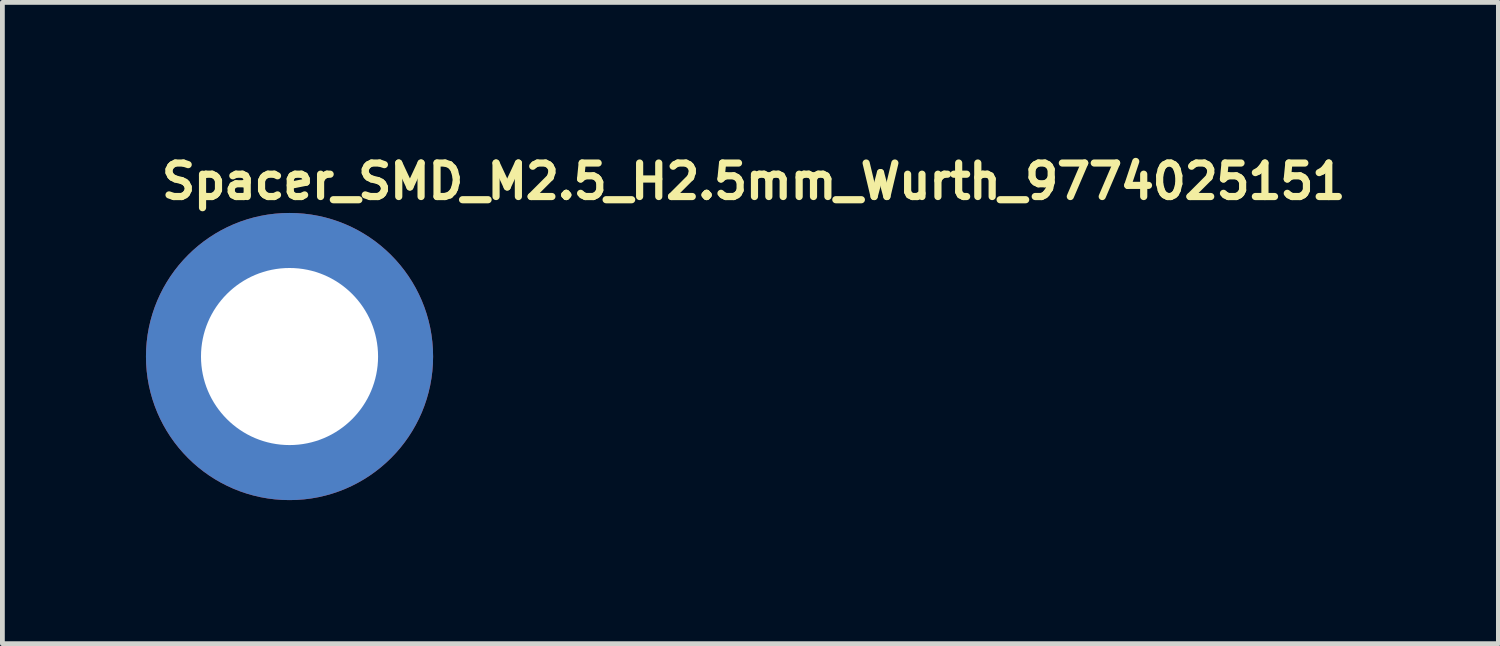
<source format=kicad_pcb>
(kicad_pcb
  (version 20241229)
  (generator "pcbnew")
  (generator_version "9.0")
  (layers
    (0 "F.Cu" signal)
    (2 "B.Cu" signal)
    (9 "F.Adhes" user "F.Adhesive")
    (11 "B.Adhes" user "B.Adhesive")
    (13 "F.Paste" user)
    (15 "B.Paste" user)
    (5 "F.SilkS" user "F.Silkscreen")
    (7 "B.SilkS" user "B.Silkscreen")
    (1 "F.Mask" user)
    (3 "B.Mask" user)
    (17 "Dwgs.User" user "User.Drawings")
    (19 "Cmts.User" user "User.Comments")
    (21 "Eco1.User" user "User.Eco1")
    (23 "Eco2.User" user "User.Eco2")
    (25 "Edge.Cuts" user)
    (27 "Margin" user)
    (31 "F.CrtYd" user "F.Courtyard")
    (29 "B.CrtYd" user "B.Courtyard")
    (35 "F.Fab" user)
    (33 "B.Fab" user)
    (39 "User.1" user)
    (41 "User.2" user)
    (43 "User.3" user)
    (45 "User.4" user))
  (footprint "Spacer_SMD_M2.5_H2.5mm_Wurth_9774025151"
    (layer "F.Cu")
    (at 3 4.4)
    (property "Reference" "Spacer_SMD_M2.5_H2.5mm_Wurth_9774025151" (at -2.75 -3.25 0) (layer "F.SilkS") (effects (font (size 0.7 0.7) (thickness 0.15)) (justify left bottom)))
    (attr smd)
    (fp_circle (center 0 0) (end 0.848 0) (stroke (width 2) (type solid)) (fill no) (layer "B.Mask"))
    (fp_circle (center 0 0) (end 2.6 0) (stroke (width 0.12) (type solid)) (fill no) (layer "User.5"))
    (fp_line (start -2.551 0) (end -2.551 0) (stroke (width 0.02) (type solid)) (layer "User.9"))
    (fp_line (start -2.551 0) (end -2.548 0.131) (stroke (width 0.02) (type solid)) (layer "User.9"))
    (fp_line (start -2.548 -0.133) (end -2.551 0) (stroke (width 0.02) (type solid)) (layer "User.9"))
    (fp_line (start -2.548 0.131) (end -2.537 0.26) (stroke (width 0.02) (type solid)) (layer "User.9"))
    (fp_line (start -2.537 -0.262) (end -2.548 -0.133) (stroke (width 0.02) (type solid)) (layer "User.9"))
    (fp_line (start -2.537 0.26) (end -2.521 0.388) (stroke (width 0.02) (type solid)) (layer "User.9"))
    (fp_line (start -2.521 -0.39) (end -2.537 -0.262) (stroke (width 0.02) (type solid)) (layer "User.9"))
    (fp_line (start -2.521 0.388) (end -2.5 0.513) (stroke (width 0.02) (type solid)) (layer "User.9"))
    (fp_line (start -2.5 -0.515) (end -2.521 -0.39) (stroke (width 0.02) (type solid)) (layer "User.9"))
    (fp_line (start -2.5 0.513) (end -2.471 0.636) (stroke (width 0.02) (type solid)) (layer "User.9"))
    (fp_line (start -2.471 -0.638) (end -2.5 -0.515) (stroke (width 0.02) (type solid)) (layer "User.9"))
    (fp_line (start -2.471 0.636) (end -2.436 0.757) (stroke (width 0.02) (type solid)) (layer "User.9"))
    (fp_line (start -2.436 -0.759) (end -2.471 -0.638) (stroke (width 0.02) (type solid)) (layer "User.9"))
    (fp_line (start -2.436 0.757) (end -2.396 0.875) (stroke (width 0.02) (type solid)) (layer "User.9"))
    (fp_line (start -2.396 -0.877) (end -2.436 -0.759) (stroke (width 0.02) (type solid)) (layer "User.9"))
    (fp_line (start -2.396 0.875) (end -2.351 0.991) (stroke (width 0.02) (type solid)) (layer "User.9"))
    (fp_line (start -2.351 -0.993) (end -2.396 -0.877) (stroke (width 0.02) (type solid)) (layer "User.9"))
    (fp_line (start -2.351 0.991) (end -2.299 1.104) (stroke (width 0.02) (type solid)) (layer "User.9"))
    (fp_line (start -2.299 -1.107) (end -2.351 -0.993) (stroke (width 0.02) (type solid)) (layer "User.9"))
    (fp_line (start -2.299 1.104) (end -2.243 1.215) (stroke (width 0.02) (type solid)) (layer "User.9"))
    (fp_line (start -2.243 -1.216) (end -2.299 -1.107) (stroke (width 0.02) (type solid)) (layer "User.9"))
    (fp_line (start -2.243 1.215) (end -2.182 1.322) (stroke (width 0.02) (type solid)) (layer "User.9"))
    (fp_line (start -2.182 -1.323) (end -2.243 -1.216) (stroke (width 0.02) (type solid)) (layer "User.9"))
    (fp_line (start -2.182 1.322) (end -2.116 1.425) (stroke (width 0.02) (type solid)) (layer "User.9"))
    (fp_line (start -2.116 -1.426) (end -2.182 -1.323) (stroke (width 0.02) (type solid)) (layer "User.9"))
    (fp_line (start -2.116 1.425) (end -2.044 1.525) (stroke (width 0.02) (type solid)) (layer "User.9"))
    (fp_line (start -2.044 -1.526) (end -2.116 -1.426) (stroke (width 0.02) (type solid)) (layer "User.9"))
    (fp_line (start -2.044 1.525) (end -1.968 1.622) (stroke (width 0.02) (type solid)) (layer "User.9"))
    (fp_line (start -1.968 -1.623) (end -2.044 -1.526) (stroke (width 0.02) (type solid)) (layer "User.9"))
    (fp_line (start -1.968 1.622) (end -1.889 1.713) (stroke (width 0.02) (type solid)) (layer "User.9"))
    (fp_line (start -1.889 -1.716) (end -1.968 -1.623) (stroke (width 0.02) (type solid)) (layer "User.9"))
    (fp_line (start -1.889 1.713) (end -1.805 1.802) (stroke (width 0.02) (type solid)) (layer "User.9"))
    (fp_line (start -1.805 -1.805) (end -1.889 -1.716) (stroke (width 0.02) (type solid)) (layer "User.9"))
    (fp_line (start -1.805 1.802) (end -1.716 1.886) (stroke (width 0.02) (type solid)) (layer "User.9"))
    (fp_line (start -1.716 -1.889) (end -1.805 -1.805) (stroke (width 0.02) (type solid)) (layer "User.9"))
    (fp_line (start -1.716 1.886) (end -1.623 1.967) (stroke (width 0.02) (type solid)) (layer "User.9"))
    (fp_line (start -1.623 -1.968) (end -1.716 -1.889) (stroke (width 0.02) (type solid)) (layer "User.9"))
    (fp_line (start -1.623 1.967) (end -1.526 2.043) (stroke (width 0.02) (type solid)) (layer "User.9"))
    (fp_line (start -1.526 -2.044) (end -1.623 -1.968) (stroke (width 0.02) (type solid)) (layer "User.9"))
    (fp_line (start -1.526 2.043) (end -1.426 2.113) (stroke (width 0.02) (type solid)) (layer "User.9"))
    (fp_line (start -1.426 -2.116) (end -1.526 -2.044) (stroke (width 0.02) (type solid)) (layer "User.9"))
    (fp_line (start -1.426 2.113) (end -1.323 2.18) (stroke (width 0.02) (type solid)) (layer "User.9"))
    (fp_line (start -1.323 -2.182) (end -1.426 -2.116) (stroke (width 0.02) (type solid)) (layer "User.9"))
    (fp_line (start -1.323 2.18) (end -1.216 2.241) (stroke (width 0.02) (type solid)) (layer "User.9"))
    (fp_line (start -1.216 -2.243) (end -1.323 -2.182) (stroke (width 0.02) (type solid)) (layer "User.9"))
    (fp_line (start -1.216 2.241) (end -1.107 2.297) (stroke (width 0.02) (type solid)) (layer "User.9"))
    (fp_line (start -1.107 -2.299) (end -1.216 -2.243) (stroke (width 0.02) (type solid)) (layer "User.9"))
    (fp_line (start -1.107 2.297) (end -0.993 2.349) (stroke (width 0.02) (type solid)) (layer "User.9"))
    (fp_line (start -1.008 0) (end -1.008 0) (stroke (width 0.02) (type solid)) (layer "User.9"))
    (fp_line (start -1.008 0) (end -1.006 0.051) (stroke (width 0.02) (type solid)) (layer "User.9"))
    (fp_line (start -1.006 -0.053) (end -1.008 0) (stroke (width 0.02) (type solid)) (layer "User.9"))
    (fp_line (start -1.006 0.051) (end -1.002 0.102) (stroke (width 0.02) (type solid)) (layer "User.9"))
    (fp_line (start -1.002 -0.104) (end -1.006 -0.053) (stroke (width 0.02) (type solid)) (layer "User.9"))
    (fp_line (start -1.002 0.102) (end -0.995 0.152) (stroke (width 0.02) (type solid)) (layer "User.9"))
    (fp_line (start -0.995 -0.154) (end -1.002 -0.104) (stroke (width 0.02) (type solid)) (layer "User.9"))
    (fp_line (start -0.995 0.152) (end -0.987 0.202) (stroke (width 0.02) (type solid)) (layer "User.9"))
    (fp_line (start -0.993 -2.351) (end -1.107 -2.299) (stroke (width 0.02) (type solid)) (layer "User.9"))
    (fp_line (start -0.993 2.349) (end -0.877 2.394) (stroke (width 0.02) (type solid)) (layer "User.9"))
    (fp_line (start -0.987 -0.204) (end -0.995 -0.154) (stroke (width 0.02) (type solid)) (layer "User.9"))
    (fp_line (start -0.987 0.202) (end -0.975 0.25) (stroke (width 0.02) (type solid)) (layer "User.9"))
    (fp_line (start -0.975 -0.252) (end -0.987 -0.204) (stroke (width 0.02) (type solid)) (layer "User.9"))
    (fp_line (start -0.975 0.25) (end -0.962 0.298) (stroke (width 0.02) (type solid)) (layer "User.9"))
    (fp_line (start -0.962 -0.3) (end -0.975 -0.252) (stroke (width 0.02) (type solid)) (layer "User.9"))
    (fp_line (start -0.962 0.298) (end -0.947 0.346) (stroke (width 0.02) (type solid)) (layer "User.9"))
    (fp_line (start -0.947 -0.348) (end -0.962 -0.3) (stroke (width 0.02) (type solid)) (layer "User.9"))
    (fp_line (start -0.947 0.346) (end -0.929 0.391) (stroke (width 0.02) (type solid)) (layer "User.9"))
    (fp_line (start -0.929 -0.393) (end -0.947 -0.348) (stroke (width 0.02) (type solid)) (layer "User.9"))
    (fp_line (start -0.929 0.391) (end -0.909 0.435) (stroke (width 0.02) (type solid)) (layer "User.9"))
    (fp_line (start -0.909 -0.437) (end -0.929 -0.393) (stroke (width 0.02) (type solid)) (layer "User.9"))
    (fp_line (start -0.909 0.435) (end -0.886 0.479) (stroke (width 0.02) (type solid)) (layer "User.9"))
    (fp_line (start -0.886 -0.48) (end -0.909 -0.437) (stroke (width 0.02) (type solid)) (layer "User.9"))
    (fp_line (start -0.886 0.479) (end -0.861 0.521) (stroke (width 0.02) (type solid)) (layer "User.9"))
    (fp_line (start -0.877 -2.396) (end -0.993 -2.351) (stroke (width 0.02) (type solid)) (layer "User.9"))
    (fp_line (start -0.877 2.394) (end -0.759 2.435) (stroke (width 0.02) (type solid)) (layer "User.9"))
    (fp_line (start -0.861 -0.523) (end -0.886 -0.48) (stroke (width 0.02) (type solid)) (layer "User.9"))
    (fp_line (start -0.861 0.521) (end -0.835 0.562) (stroke (width 0.02) (type solid)) (layer "User.9"))
    (fp_line (start -0.835 -0.564) (end -0.861 -0.523) (stroke (width 0.02) (type solid)) (layer "User.9"))
    (fp_line (start -0.835 0.562) (end -0.808 0.601) (stroke (width 0.02) (type solid)) (layer "User.9"))
    (fp_line (start -0.808 -0.603) (end -0.835 -0.564) (stroke (width 0.02) (type solid)) (layer "User.9"))
    (fp_line (start -0.808 0.601) (end -0.778 0.64) (stroke (width 0.02) (type solid)) (layer "User.9"))
    (fp_line (start -0.778 -0.642) (end -0.808 -0.603) (stroke (width 0.02) (type solid)) (layer "User.9"))
    (fp_line (start -0.778 0.64) (end -0.746 0.676) (stroke (width 0.02) (type solid)) (layer "User.9"))
    (fp_line (start -0.759 -2.436) (end -0.877 -2.396) (stroke (width 0.02) (type solid)) (layer "User.9"))
    (fp_line (start -0.759 2.435) (end -0.638 2.468) (stroke (width 0.02) (type solid)) (layer "User.9"))
    (fp_line (start -0.746 -0.678) (end -0.778 -0.642) (stroke (width 0.02) (type solid)) (layer "User.9"))
    (fp_line (start -0.746 0.676) (end -0.712 0.71) (stroke (width 0.02) (type solid)) (layer "User.9"))
    (fp_line (start -0.712 -0.712) (end -0.746 -0.678) (stroke (width 0.02) (type solid)) (layer "User.9"))
    (fp_line (start -0.712 0.71) (end -0.678 0.744) (stroke (width 0.02) (type solid)) (layer "User.9"))
    (fp_line (start -0.678 -0.746) (end -0.712 -0.712) (stroke (width 0.02) (type solid)) (layer "User.9"))
    (fp_line (start -0.678 0.744) (end -0.642 0.776) (stroke (width 0.02) (type solid)) (layer "User.9"))
    (fp_line (start -0.642 -0.778) (end -0.678 -0.746) (stroke (width 0.02) (type solid)) (layer "User.9"))
    (fp_line (start -0.642 0.776) (end -0.603 0.806) (stroke (width 0.02) (type solid)) (layer "User.9"))
    (fp_line (start -0.638 -2.471) (end -0.759 -2.436) (stroke (width 0.02) (type solid)) (layer "User.9"))
    (fp_line (start -0.638 2.468) (end -0.515 2.498) (stroke (width 0.02) (type solid)) (layer "User.9"))
    (fp_line (start -0.603 -0.808) (end -0.642 -0.778) (stroke (width 0.02) (type solid)) (layer "User.9"))
    (fp_line (start -0.603 0.806) (end -0.564 0.833) (stroke (width 0.02) (type solid)) (layer "User.9"))
    (fp_line (start -0.564 -0.835) (end -0.603 -0.808) (stroke (width 0.02) (type solid)) (layer "User.9"))
    (fp_line (start -0.564 0.833) (end -0.523 0.859) (stroke (width 0.02) (type solid)) (layer "User.9"))
    (fp_line (start -0.523 -0.861) (end -0.564 -0.835) (stroke (width 0.02) (type solid)) (layer "User.9"))
    (fp_line (start -0.523 0.859) (end -0.48 0.884) (stroke (width 0.02) (type solid)) (layer "User.9"))
    (fp_line (start -0.515 -2.5) (end -0.638 -2.471) (stroke (width 0.02) (type solid)) (layer "User.9"))
    (fp_line (start -0.515 2.498) (end -0.39 2.519) (stroke (width 0.02) (type solid)) (layer "User.9"))
    (fp_line (start -0.48 -0.886) (end -0.523 -0.861) (stroke (width 0.02) (type solid)) (layer "User.9"))
    (fp_line (start -0.48 0.884) (end -0.437 0.907) (stroke (width 0.02) (type solid)) (layer "User.9"))
    (fp_line (start -0.437 -0.909) (end -0.48 -0.886) (stroke (width 0.02) (type solid)) (layer "User.9"))
    (fp_line (start -0.437 0.907) (end -0.393 0.927) (stroke (width 0.02) (type solid)) (layer "User.9"))
    (fp_line (start -0.393 -0.929) (end -0.437 -0.909) (stroke (width 0.02) (type solid)) (layer "User.9"))
    (fp_line (start -0.393 0.927) (end -0.348 0.945) (stroke (width 0.02) (type solid)) (layer "User.9"))
    (fp_line (start -0.39 -2.521) (end -0.515 -2.5) (stroke (width 0.02) (type solid)) (layer "User.9"))
    (fp_line (start -0.39 2.519) (end -0.262 2.535) (stroke (width 0.02) (type solid)) (layer "User.9"))
    (fp_line (start -0.348 -0.947) (end -0.393 -0.929) (stroke (width 0.02) (type solid)) (layer "User.9"))
    (fp_line (start -0.348 0.945) (end -0.3 0.96) (stroke (width 0.02) (type solid)) (layer "User.9"))
    (fp_line (start -0.3 -0.962) (end -0.348 -0.947) (stroke (width 0.02) (type solid)) (layer "User.9"))
    (fp_line (start -0.3 0.96) (end -0.252 0.973) (stroke (width 0.02) (type solid)) (layer "User.9"))
    (fp_line (start -0.262 -2.537) (end -0.39 -2.521) (stroke (width 0.02) (type solid)) (layer "User.9"))
    (fp_line (start -0.262 2.535) (end -0.133 2.546) (stroke (width 0.02) (type solid)) (layer "User.9"))
    (fp_line (start -0.252 -0.975) (end -0.3 -0.962) (stroke (width 0.02) (type solid)) (layer "User.9"))
    (fp_line (start -0.252 0.973) (end -0.204 0.985) (stroke (width 0.02) (type solid)) (layer "User.9"))
    (fp_line (start -0.204 -0.987) (end -0.252 -0.975) (stroke (width 0.02) (type solid)) (layer "User.9"))
    (fp_line (start -0.204 0.985) (end -0.154 0.993) (stroke (width 0.02) (type solid)) (layer "User.9"))
    (fp_line (start -0.154 -0.995) (end -0.204 -0.987) (stroke (width 0.02) (type solid)) (layer "User.9"))
    (fp_line (start -0.154 0.993) (end -0.104 1.001) (stroke (width 0.02) (type solid)) (layer "User.9"))
    (fp_line (start -0.133 -2.548) (end -0.262 -2.537) (stroke (width 0.02) (type solid)) (layer "User.9"))
    (fp_line (start -0.133 2.546) (end 0 2.548) (stroke (width 0.02) (type solid)) (layer "User.9"))
    (fp_line (start -0.104 -1.002) (end -0.154 -0.995) (stroke (width 0.02) (type solid)) (layer "User.9"))
    (fp_line (start -0.104 1.001) (end -0.053 1.005) (stroke (width 0.02) (type solid)) (layer "User.9"))
    (fp_line (start -0.053 -1.006) (end -0.104 -1.002) (stroke (width 0.02) (type solid)) (layer "User.9"))
    (fp_line (start -0.053 1.005) (end 0 1.005) (stroke (width 0.02) (type solid)) (layer "User.9"))
    (fp_line (start 0 -2.551) (end -0.133 -2.548) (stroke (width 0.02) (type solid)) (layer "User.9"))
    (fp_line (start 0 -2.551) (end 0 -2.551) (stroke (width 0.02) (type solid)) (layer "User.9"))
    (fp_line (start 0 -1.008) (end -0.053 -1.006) (stroke (width 0.02) (type solid)) (layer "User.9"))
    (fp_line (start 0 -1.008) (end 0 -1.008) (stroke (width 0.02) (type solid)) (layer "User.9"))
    (fp_line (start 0 1.005) (end 0 1.005) (stroke (width 0.02) (type solid)) (layer "User.9"))
    (fp_line (start 0 1.005) (end 0.051 1.005) (stroke (width 0.02) (type solid)) (layer "User.9"))
    (fp_line (start 0 2.548) (end 0 2.548) (stroke (width 0.02) (type solid)) (layer "User.9"))
    (fp_line (start 0 2.548) (end 0.131 2.546) (stroke (width 0.02) (type solid)) (layer "User.9"))
    (fp_line (start 0.051 -1.006) (end 0 -1.008) (stroke (width 0.02) (type solid)) (layer "User.9"))
    (fp_line (start 0.051 1.005) (end 0.102 1.001) (stroke (width 0.02) (type solid)) (layer "User.9"))
    (fp_line (start 0.102 -1.002) (end 0.051 -1.006) (stroke (width 0.02) (type solid)) (layer "User.9"))
    (fp_line (start 0.102 1.001) (end 0.152 0.993) (stroke (width 0.02) (type solid)) (layer "User.9"))
    (fp_line (start 0.131 -2.548) (end 0 -2.551) (stroke (width 0.02) (type solid)) (layer "User.9"))
    (fp_line (start 0.131 2.546) (end 0.26 2.535) (stroke (width 0.02) (type solid)) (layer "User.9"))
    (fp_line (start 0.152 -0.995) (end 0.102 -1.002) (stroke (width 0.02) (type solid)) (layer "User.9"))
    (fp_line (start 0.152 0.993) (end 0.202 0.985) (stroke (width 0.02) (type solid)) (layer "User.9"))
    (fp_line (start 0.202 -0.987) (end 0.152 -0.995) (stroke (width 0.02) (type solid)) (layer "User.9"))
    (fp_line (start 0.202 0.985) (end 0.25 0.973) (stroke (width 0.02) (type solid)) (layer "User.9"))
    (fp_line (start 0.25 -0.975) (end 0.202 -0.987) (stroke (width 0.02) (type solid)) (layer "User.9"))
    (fp_line (start 0.25 0.973) (end 0.298 0.96) (stroke (width 0.02) (type solid)) (layer "User.9"))
    (fp_line (start 0.26 -2.537) (end 0.131 -2.548) (stroke (width 0.02) (type solid)) (layer "User.9"))
    (fp_line (start 0.26 2.535) (end 0.388 2.519) (stroke (width 0.02) (type solid)) (layer "User.9"))
    (fp_line (start 0.298 -0.962) (end 0.25 -0.975) (stroke (width 0.02) (type solid)) (layer "User.9"))
    (fp_line (start 0.298 0.96) (end 0.346 0.945) (stroke (width 0.02) (type solid)) (layer "User.9"))
    (fp_line (start 0.346 -0.947) (end 0.298 -0.962) (stroke (width 0.02) (type solid)) (layer "User.9"))
    (fp_line (start 0.346 0.945) (end 0.391 0.927) (stroke (width 0.02) (type solid)) (layer "User.9"))
    (fp_line (start 0.388 -2.521) (end 0.26 -2.537) (stroke (width 0.02) (type solid)) (layer "User.9"))
    (fp_line (start 0.388 2.519) (end 0.513 2.498) (stroke (width 0.02) (type solid)) (layer "User.9"))
    (fp_line (start 0.391 -0.929) (end 0.346 -0.947) (stroke (width 0.02) (type solid)) (layer "User.9"))
    (fp_line (start 0.391 0.927) (end 0.435 0.907) (stroke (width 0.02) (type solid)) (layer "User.9"))
    (fp_line (start 0.435 -0.909) (end 0.391 -0.929) (stroke (width 0.02) (type solid)) (layer "User.9"))
    (fp_line (start 0.435 0.907) (end 0.479 0.884) (stroke (width 0.02) (type solid)) (layer "User.9"))
    (fp_line (start 0.479 -0.886) (end 0.435 -0.909) (stroke (width 0.02) (type solid)) (layer "User.9"))
    (fp_line (start 0.479 0.884) (end 0.521 0.859) (stroke (width 0.02) (type solid)) (layer "User.9"))
    (fp_line (start 0.513 -2.5) (end 0.388 -2.521) (stroke (width 0.02) (type solid)) (layer "User.9"))
    (fp_line (start 0.513 2.498) (end 0.636 2.468) (stroke (width 0.02) (type solid)) (layer "User.9"))
    (fp_line (start 0.521 -0.861) (end 0.479 -0.886) (stroke (width 0.02) (type solid)) (layer "User.9"))
    (fp_line (start 0.521 0.859) (end 0.562 0.833) (stroke (width 0.02) (type solid)) (layer "User.9"))
    (fp_line (start 0.562 -0.835) (end 0.521 -0.861) (stroke (width 0.02) (type solid)) (layer "User.9"))
    (fp_line (start 0.562 0.833) (end 0.601 0.806) (stroke (width 0.02) (type solid)) (layer "User.9"))
    (fp_line (start 0.601 -0.808) (end 0.562 -0.835) (stroke (width 0.02) (type solid)) (layer "User.9"))
    (fp_line (start 0.601 0.806) (end 0.64 0.776) (stroke (width 0.02) (type solid)) (layer "User.9"))
    (fp_line (start 0.636 -2.471) (end 0.513 -2.5) (stroke (width 0.02) (type solid)) (layer "User.9"))
    (fp_line (start 0.636 2.468) (end 0.757 2.435) (stroke (width 0.02) (type solid)) (layer "User.9"))
    (fp_line (start 0.64 -0.778) (end 0.601 -0.808) (stroke (width 0.02) (type solid)) (layer "User.9"))
    (fp_line (start 0.64 0.776) (end 0.676 0.744) (stroke (width 0.02) (type solid)) (layer "User.9"))
    (fp_line (start 0.676 -0.746) (end 0.64 -0.778) (stroke (width 0.02) (type solid)) (layer "User.9"))
    (fp_line (start 0.676 0.744) (end 0.71 0.71) (stroke (width 0.02) (type solid)) (layer "User.9"))
    (fp_line (start 0.71 -0.712) (end 0.676 -0.746) (stroke (width 0.02) (type solid)) (layer "User.9"))
    (fp_line (start 0.71 0.71) (end 0.744 0.676) (stroke (width 0.02) (type solid)) (layer "User.9"))
    (fp_line (start 0.744 -0.678) (end 0.71 -0.712) (stroke (width 0.02) (type solid)) (layer "User.9"))
    (fp_line (start 0.744 0.676) (end 0.776 0.64) (stroke (width 0.02) (type solid)) (layer "User.9"))
    (fp_line (start 0.757 -2.436) (end 0.636 -2.471) (stroke (width 0.02) (type solid)) (layer "User.9"))
    (fp_line (start 0.757 2.435) (end 0.875 2.394) (stroke (width 0.02) (type solid)) (layer "User.9"))
    (fp_line (start 0.776 -0.642) (end 0.744 -0.678) (stroke (width 0.02) (type solid)) (layer "User.9"))
    (fp_line (start 0.776 0.64) (end 0.806 0.601) (stroke (width 0.02) (type solid)) (layer "User.9"))
    (fp_line (start 0.806 -0.603) (end 0.776 -0.642) (stroke (width 0.02) (type solid)) (layer "User.9"))
    (fp_line (start 0.806 0.601) (end 0.833 0.562) (stroke (width 0.02) (type solid)) (layer "User.9"))
    (fp_line (start 0.833 -0.564) (end 0.806 -0.603) (stroke (width 0.02) (type solid)) (layer "User.9"))
    (fp_line (start 0.833 0.562) (end 0.859 0.521) (stroke (width 0.02) (type solid)) (layer "User.9"))
    (fp_line (start 0.859 -0.523) (end 0.833 -0.564) (stroke (width 0.02) (type solid)) (layer "User.9"))
    (fp_line (start 0.859 0.521) (end 0.884 0.479) (stroke (width 0.02) (type solid)) (layer "User.9"))
    (fp_line (start 0.875 -2.396) (end 0.757 -2.436) (stroke (width 0.02) (type solid)) (layer "User.9"))
    (fp_line (start 0.875 2.394) (end 0.991 2.349) (stroke (width 0.02) (type solid)) (layer "User.9"))
    (fp_line (start 0.884 -0.48) (end 0.859 -0.523) (stroke (width 0.02) (type solid)) (layer "User.9"))
    (fp_line (start 0.884 0.479) (end 0.907 0.435) (stroke (width 0.02) (type solid)) (layer "User.9"))
    (fp_line (start 0.907 -0.437) (end 0.884 -0.48) (stroke (width 0.02) (type solid)) (layer "User.9"))
    (fp_line (start 0.907 0.435) (end 0.927 0.391) (stroke (width 0.02) (type solid)) (layer "User.9"))
    (fp_line (start 0.927 -0.393) (end 0.907 -0.437) (stroke (width 0.02) (type solid)) (layer "User.9"))
    (fp_line (start 0.927 0.391) (end 0.945 0.346) (stroke (width 0.02) (type solid)) (layer "User.9"))
    (fp_line (start 0.945 -0.348) (end 0.927 -0.393) (stroke (width 0.02) (type solid)) (layer "User.9"))
    (fp_line (start 0.945 0.346) (end 0.96 0.298) (stroke (width 0.02) (type solid)) (layer "User.9"))
    (fp_line (start 0.96 -0.3) (end 0.945 -0.348) (stroke (width 0.02) (type solid)) (layer "User.9"))
    (fp_line (start 0.96 0.298) (end 0.973 0.25) (stroke (width 0.02) (type solid)) (layer "User.9"))
    (fp_line (start 0.973 -0.252) (end 0.96 -0.3) (stroke (width 0.02) (type solid)) (layer "User.9"))
    (fp_line (start 0.973 0.25) (end 0.985 0.202) (stroke (width 0.02) (type solid)) (layer "User.9"))
    (fp_line (start 0.985 -0.204) (end 0.973 -0.252) (stroke (width 0.02) (type solid)) (layer "User.9"))
    (fp_line (start 0.985 0.202) (end 0.993 0.152) (stroke (width 0.02) (type solid)) (layer "User.9"))
    (fp_line (start 0.991 -2.351) (end 0.875 -2.396) (stroke (width 0.02) (type solid)) (layer "User.9"))
    (fp_line (start 0.991 2.349) (end 1.104 2.297) (stroke (width 0.02) (type solid)) (layer "User.9"))
    (fp_line (start 0.993 -0.154) (end 0.985 -0.204) (stroke (width 0.02) (type solid)) (layer "User.9"))
    (fp_line (start 0.993 0.152) (end 1.001 0.102) (stroke (width 0.02) (type solid)) (layer "User.9"))
    (fp_line (start 1.001 -0.104) (end 0.993 -0.154) (stroke (width 0.02) (type solid)) (layer "User.9"))
    (fp_line (start 1.001 0.102) (end 1.005 0.051) (stroke (width 0.02) (type solid)) (layer "User.9"))
    (fp_line (start 1.005 -0.053) (end 1.001 -0.104) (stroke (width 0.02) (type solid)) (layer "User.9"))
    (fp_line (start 1.005 0) (end 1.005 -0.053) (stroke (width 0.02) (type solid)) (layer "User.9"))
    (fp_line (start 1.005 0) (end 1.005 0) (stroke (width 0.02) (type solid)) (layer "User.9"))
    (fp_line (start 1.005 0) (end 1.005 0) (stroke (width 0.02) (type solid)) (layer "User.9"))
    (fp_line (start 1.005 0.051) (end 1.005 0) (stroke (width 0.02) (type solid)) (layer "User.9"))
    (fp_line (start 1.104 -2.299) (end 0.991 -2.351) (stroke (width 0.02) (type solid)) (layer "User.9"))
    (fp_line (start 1.104 2.297) (end 1.215 2.241) (stroke (width 0.02) (type solid)) (layer "User.9"))
    (fp_line (start 1.215 -2.243) (end 1.104 -2.299) (stroke (width 0.02) (type solid)) (layer "User.9"))
    (fp_line (start 1.215 2.241) (end 1.322 2.18) (stroke (width 0.02) (type solid)) (layer "User.9"))
    (fp_line (start 1.322 -2.182) (end 1.215 -2.243) (stroke (width 0.02) (type solid)) (layer "User.9"))
    (fp_line (start 1.322 2.18) (end 1.425 2.113) (stroke (width 0.02) (type solid)) (layer "User.9"))
    (fp_line (start 1.425 -2.116) (end 1.322 -2.182) (stroke (width 0.02) (type solid)) (layer "User.9"))
    (fp_line (start 1.425 2.113) (end 1.525 2.043) (stroke (width 0.02) (type solid)) (layer "User.9"))
    (fp_line (start 1.525 -2.044) (end 1.425 -2.116) (stroke (width 0.02) (type solid)) (layer "User.9"))
    (fp_line (start 1.525 2.043) (end 1.622 1.967) (stroke (width 0.02) (type solid)) (layer "User.9"))
    (fp_line (start 1.622 -1.968) (end 1.525 -2.044) (stroke (width 0.02) (type solid)) (layer "User.9"))
    (fp_line (start 1.622 1.967) (end 1.713 1.886) (stroke (width 0.02) (type solid)) (layer "User.9"))
    (fp_line (start 1.713 -1.889) (end 1.622 -1.968) (stroke (width 0.02) (type solid)) (layer "User.9"))
    (fp_line (start 1.713 1.886) (end 1.802 1.802) (stroke (width 0.02) (type solid)) (layer "User.9"))
    (fp_line (start 1.802 -1.805) (end 1.713 -1.889) (stroke (width 0.02) (type solid)) (layer "User.9"))
    (fp_line (start 1.802 1.802) (end 1.886 1.713) (stroke (width 0.02) (type solid)) (layer "User.9"))
    (fp_line (start 1.886 -1.716) (end 1.802 -1.805) (stroke (width 0.02) (type solid)) (layer "User.9"))
    (fp_line (start 1.886 1.713) (end 1.967 1.622) (stroke (width 0.02) (type solid)) (layer "User.9"))
    (fp_line (start 1.967 -1.623) (end 1.886 -1.716) (stroke (width 0.02) (type solid)) (layer "User.9"))
    (fp_line (start 1.967 1.622) (end 2.043 1.525) (stroke (width 0.02) (type solid)) (layer "User.9"))
    (fp_line (start 2.043 -1.526) (end 1.967 -1.623) (stroke (width 0.02) (type solid)) (layer "User.9"))
    (fp_line (start 2.043 1.525) (end 2.113 1.425) (stroke (width 0.02) (type solid)) (layer "User.9"))
    (fp_line (start 2.113 -1.426) (end 2.043 -1.526) (stroke (width 0.02) (type solid)) (layer "User.9"))
    (fp_line (start 2.113 1.425) (end 2.18 1.322) (stroke (width 0.02) (type solid)) (layer "User.9"))
    (fp_line (start 2.18 -1.323) (end 2.113 -1.426) (stroke (width 0.02) (type solid)) (layer "User.9"))
    (fp_line (start 2.18 1.322) (end 2.241 1.215) (stroke (width 0.02) (type solid)) (layer "User.9"))
    (fp_line (start 2.241 -1.216) (end 2.18 -1.323) (stroke (width 0.02) (type solid)) (layer "User.9"))
    (fp_line (start 2.241 1.215) (end 2.297 1.104) (stroke (width 0.02) (type solid)) (layer "User.9"))
    (fp_line (start 2.297 -1.107) (end 2.241 -1.216) (stroke (width 0.02) (type solid)) (layer "User.9"))
    (fp_line (start 2.297 1.104) (end 2.349 0.991) (stroke (width 0.02) (type solid)) (layer "User.9"))
    (fp_line (start 2.349 -0.993) (end 2.297 -1.107) (stroke (width 0.02) (type solid)) (layer "User.9"))
    (fp_line (start 2.349 0.991) (end 2.394 0.875) (stroke (width 0.02) (type solid)) (layer "User.9"))
    (fp_line (start 2.394 -0.877) (end 2.349 -0.993) (stroke (width 0.02) (type solid)) (layer "User.9"))
    (fp_line (start 2.394 0.875) (end 2.435 0.757) (stroke (width 0.02) (type solid)) (layer "User.9"))
    (fp_line (start 2.435 -0.759) (end 2.394 -0.877) (stroke (width 0.02) (type solid)) (layer "User.9"))
    (fp_line (start 2.435 0.757) (end 2.468 0.636) (stroke (width 0.02) (type solid)) (layer "User.9"))
    (fp_line (start 2.468 -0.638) (end 2.435 -0.759) (stroke (width 0.02) (type solid)) (layer "User.9"))
    (fp_line (start 2.468 0.636) (end 2.498 0.513) (stroke (width 0.02) (type solid)) (layer "User.9"))
    (fp_line (start 2.498 -0.515) (end 2.468 -0.638) (stroke (width 0.02) (type solid)) (layer "User.9"))
    (fp_line (start 2.498 0.513) (end 2.519 0.388) (stroke (width 0.02) (type solid)) (layer "User.9"))
    (fp_line (start 2.519 -0.39) (end 2.498 -0.515) (stroke (width 0.02) (type solid)) (layer "User.9"))
    (fp_line (start 2.519 0.388) (end 2.535 0.26) (stroke (width 0.02) (type solid)) (layer "User.9"))
    (fp_line (start 2.535 -0.262) (end 2.519 -0.39) (stroke (width 0.02) (type solid)) (layer "User.9"))
    (fp_line (start 2.535 0.26) (end 2.546 0.131) (stroke (width 0.02) (type solid)) (layer "User.9"))
    (fp_line (start 2.546 -0.133) (end 2.535 -0.262) (stroke (width 0.02) (type solid)) (layer "User.9"))
    (fp_line (start 2.546 0.131) (end 2.548 0) (stroke (width 0.02) (type solid)) (layer "User.9"))
    (fp_line (start 2.548 0) (end 2.546 -0.133) (stroke (width 0.02) (type solid)) (layer "User.9"))
    (fp_line (start 2.548 0) (end 2.548 0) (stroke (width 0.02) (type solid)) (layer "User.9"))
    (fp_line (start 2.548 0) (end 2.548 0) (stroke (width 0.02) (type solid)) (layer "User.9"))
    (pad "" smd custom (at -1.706 -1.706) (size 0.62 0.62) (layers "F.Paste") (options (anchor circle)) (primitives (gr_arc (start -0.250195 1.279127) (mid 0.287914 0.291917) (end 1.273597 -0.248983) (width 0.2)) (gr_arc (start -0.34334 1.279127) (mid 0.223594 0.227384) (end 1.27388 -0.342244) (width 0.2)) (gr_arc (start -0.436309 1.279127) (mid 0.159189 0.162939) (end 1.273927 -0.43527) (width 0.2)) (gr_arc (start -0.529126 1.279127) (mid 0.09593 0.097345) (end 1.277162 -0.528751) (width 0.2)) (gr_arc (start -0.621807 1.279127) (mid 0.0309 0.033527) (end 1.275473 -0.621136) (width 0.2)) (gr_arc (start -0.71437 1.279127) (mid -0.034734 -0.029689) (end 1.272101 -0.713125) (width 0.2)) (gr_arc (start -0.806826 1.279127) (mid -0.101136 -0.09213) (end 1.266575 -0.804669) (width 0.2)) (gr_arc (start -0.899187 1.279127) (mid -0.163605 -0.158519) (end 1.27203 -0.898018) (width 0.2)) (gr_arc (start -0.991463 1.279127) (mid -0.228522 -0.222449) (end 1.270645 -0.990112) (width 0.2)) (gr_arc (start -1.083663 1.279127) (mid -0.294503 -0.285316) (end 1.266287 -1.081676) (width 0.2)) (gr_line (start 1.279 -0.25) (end 1.279 -1.084) (width 0.2)) (gr_line (start -0.25 1.279) (end -1.084 1.279) (width 0.2))))
    (pad "" smd custom (at -1.706 1.703 90) (size 0.62 0.62) (layers "F.Paste") (options (anchor circle)) (primitives (gr_arc (start -0.250195 1.279127) (mid 0.287914 0.291917) (end 1.273597 -0.248983) (width 0.2)) (gr_arc (start -0.34334 1.279127) (mid 0.223594 0.227384) (end 1.27388 -0.342244) (width 0.2)) (gr_arc (start -0.436309 1.279127) (mid 0.159189 0.162939) (end 1.273927 -0.43527) (width 0.2)) (gr_arc (start -0.529126 1.279127) (mid 0.09593 0.097345) (end 1.277162 -0.528751) (width 0.2)) (gr_arc (start -0.621807 1.279127) (mid 0.0309 0.033527) (end 1.275473 -0.621136) (width 0.2)) (gr_arc (start -0.71437 1.279127) (mid -0.034734 -0.029689) (end 1.272101 -0.713125) (width 0.2)) (gr_arc (start -0.806826 1.279127) (mid -0.101136 -0.09213) (end 1.266575 -0.804669) (width 0.2)) (gr_arc (start -0.899187 1.279127) (mid -0.163605 -0.158519) (end 1.27203 -0.898018) (width 0.2)) (gr_arc (start -0.991463 1.279127) (mid -0.228522 -0.222449) (end 1.270645 -0.990112) (width 0.2)) (gr_arc (start -1.083663 1.279127) (mid -0.294503 -0.285316) (end 1.266287 -1.081676) (width 0.2)) (gr_line (start 1.279 -0.25) (end 1.279 -1.084) (width 0.2)) (gr_line (start -0.25 1.279) (end -1.084 1.279) (width 0.2))))
    (pad "" smd custom (at 1.703 -1.706 270) (size 0.62 0.62) (layers "F.Paste") (options (anchor circle)) (primitives (gr_arc (start -0.250195 1.279127) (mid 0.287914 0.291917) (end 1.273597 -0.248983) (width 0.2)) (gr_arc (start -0.34334 1.279127) (mid 0.223594 0.227384) (end 1.27388 -0.342244) (width 0.2)) (gr_arc (start -0.436309 1.279127) (mid 0.159189 0.162939) (end 1.273927 -0.43527) (width 0.2)) (gr_arc (start -0.529126 1.279127) (mid 0.09593 0.097345) (end 1.277162 -0.528751) (width 0.2)) (gr_arc (start -0.621807 1.279127) (mid 0.0309 0.033527) (end 1.275473 -0.621136) (width 0.2)) (gr_arc (start -0.71437 1.279127) (mid -0.034734 -0.029689) (end 1.272101 -0.713125) (width 0.2)) (gr_arc (start -0.806826 1.279127) (mid -0.101136 -0.09213) (end 1.266575 -0.804669) (width 0.2)) (gr_arc (start -0.899187 1.279127) (mid -0.163605 -0.158519) (end 1.27203 -0.898018) (width 0.2)) (gr_arc (start -0.991463 1.279127) (mid -0.228522 -0.222449) (end 1.270645 -0.990112) (width 0.2)) (gr_arc (start -1.083663 1.279127) (mid -0.294503 -0.285316) (end 1.266287 -1.081676) (width 0.2)) (gr_line (start 1.279 -0.25) (end 1.279 -1.084) (width 0.2)) (gr_line (start -0.25 1.279) (end -1.084 1.279) (width 0.2))))
    (pad "" smd custom (at 1.703 1.703 180) (size 0.62 0.62) (layers "F.Paste") (options (anchor circle)) (primitives (gr_arc (start -0.250195 1.279127) (mid 0.287914 0.291917) (end 1.273597 -0.248983) (width 0.2)) (gr_arc (start -0.34334 1.279127) (mid 0.223594 0.227384) (end 1.27388 -0.342244) (width 0.2)) (gr_arc (start -0.436309 1.279127) (mid 0.159189 0.162939) (end 1.273927 -0.43527) (width 0.2)) (gr_arc (start -0.529126 1.279127) (mid 0.09593 0.097345) (end 1.277162 -0.528751) (width 0.2)) (gr_arc (start -0.621807 1.279127) (mid 0.0309 0.033527) (end 1.275473 -0.621136) (width 0.2)) (gr_arc (start -0.71437 1.279127) (mid -0.034734 -0.029689) (end 1.272101 -0.713125) (width 0.2)) (gr_arc (start -0.806826 1.279127) (mid -0.101136 -0.09213) (end 1.266575 -0.804669) (width 0.2)) (gr_arc (start -0.899187 1.279127) (mid -0.163605 -0.158519) (end 1.27203 -0.898018) (width 0.2)) (gr_arc (start -0.991463 1.279127) (mid -0.228522 -0.222449) (end 1.270645 -0.990112) (width 0.2)) (gr_arc (start -1.083663 1.279127) (mid -0.294503 -0.285316) (end 1.266287 -1.081676) (width 0.2)) (gr_line (start 1.279 -0.25) (end 1.279 -1.084) (width 0.2)) (gr_line (start -0.25 1.279) (end -1.084 1.279) (width 0.2))))
    (pad "1" thru_hole circle (at 0 0) (size 6 6) (drill 3.7) (layers "F.Cu" "F.Mask")))
  (gr_rect
    (start -3 -3)
    (end 28.26 10.4)
    (stroke (width 0.1) (type default))
    (fill no)
    (layer "Edge.Cuts")))
</source>
